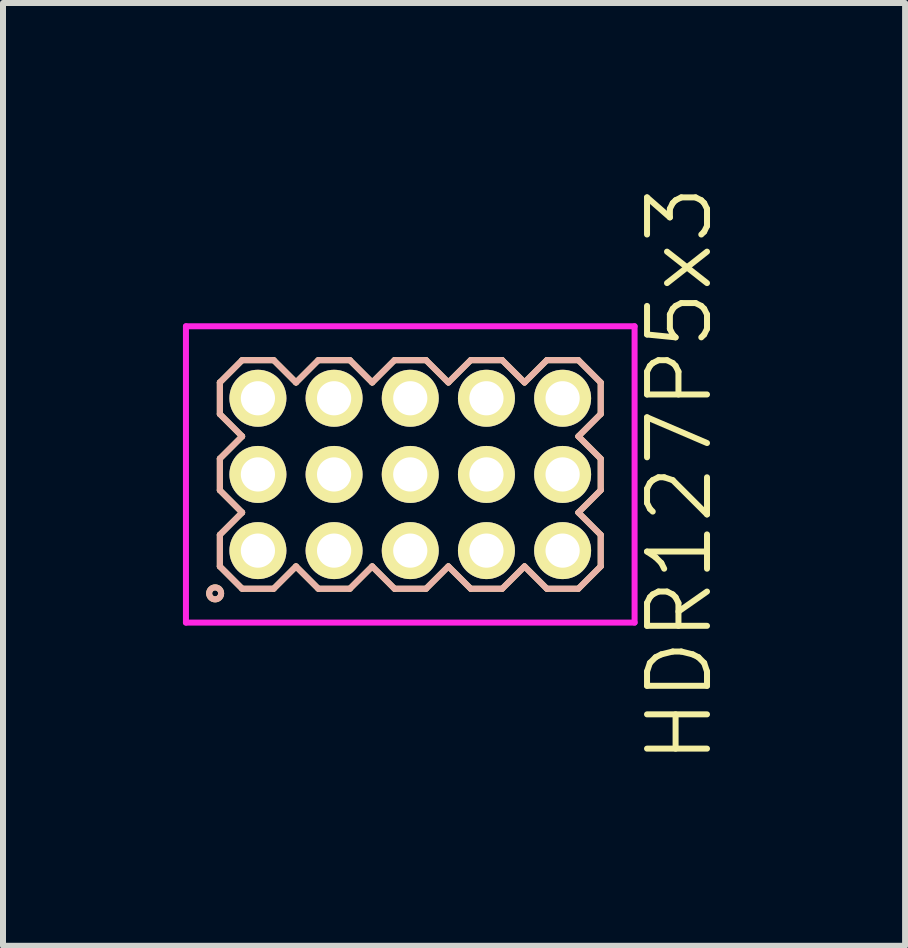
<source format=kicad_pcb>
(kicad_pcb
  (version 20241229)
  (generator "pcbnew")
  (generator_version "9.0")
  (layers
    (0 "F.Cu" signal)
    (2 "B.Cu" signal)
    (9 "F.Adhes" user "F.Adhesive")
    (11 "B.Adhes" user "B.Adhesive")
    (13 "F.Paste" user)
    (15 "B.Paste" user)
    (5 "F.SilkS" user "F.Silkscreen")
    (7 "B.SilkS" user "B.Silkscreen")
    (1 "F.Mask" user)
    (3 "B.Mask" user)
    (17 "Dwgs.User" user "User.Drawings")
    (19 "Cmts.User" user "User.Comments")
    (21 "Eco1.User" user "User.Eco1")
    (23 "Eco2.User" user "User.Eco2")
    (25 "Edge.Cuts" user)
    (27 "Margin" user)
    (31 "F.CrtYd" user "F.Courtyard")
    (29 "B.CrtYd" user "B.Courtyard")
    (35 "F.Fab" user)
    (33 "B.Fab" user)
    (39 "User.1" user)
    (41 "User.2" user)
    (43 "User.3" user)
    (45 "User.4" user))
  (footprint "HDR127P5x3"
    (layer "F.Cu")
    (at 3.79 4.86)
    (property "Reference" "HDR127P5x3" (at 4.49 0 90) (layer "F.SilkS") (effects (font (size 1 1) (thickness 0.1))))
    (attr through_hole)
    (fp_line (start -3.175 -1.533) (end -2.803 -1.905) (stroke (width 0.1) (type solid)) (layer "F.SilkS"))
    (fp_line (start -3.175 -1.007) (end -3.175 -1.533) (stroke (width 0.1) (type solid)) (layer "F.SilkS"))
    (fp_line (start -3.175 -0.263) (end -2.803 -0.635) (stroke (width 0.1) (type solid)) (layer "F.SilkS"))
    (fp_line (start -3.175 0.263) (end -3.175 -0.263) (stroke (width 0.1) (type solid)) (layer "F.SilkS"))
    (fp_line (start -3.175 1.007) (end -2.803 0.635) (stroke (width 0.1) (type solid)) (layer "F.SilkS"))
    (fp_line (start -3.175 1.533) (end -3.175 1.007) (stroke (width 0.1) (type solid)) (layer "F.SilkS"))
    (fp_line (start -2.803 -1.905) (end -2.277 -1.905) (stroke (width 0.1) (type solid)) (layer "F.SilkS"))
    (fp_line (start -2.803 -0.635) (end -3.175 -1.007) (stroke (width 0.1) (type solid)) (layer "F.SilkS"))
    (fp_line (start -2.803 0.635) (end -3.175 0.263) (stroke (width 0.1) (type solid)) (layer "F.SilkS"))
    (fp_line (start -2.803 1.905) (end -3.175 1.533) (stroke (width 0.1) (type solid)) (layer "F.SilkS"))
    (fp_line (start -2.277 -1.905) (end -1.905 -1.533) (stroke (width 0.1) (type solid)) (layer "F.SilkS"))
    (fp_line (start -2.277 1.905) (end -2.803 1.905) (stroke (width 0.1) (type solid)) (layer "F.SilkS"))
    (fp_line (start -1.905 -1.533) (end -1.533 -1.905) (stroke (width 0.1) (type solid)) (layer "F.SilkS"))
    (fp_line (start -1.905 1.533) (end -2.277 1.905) (stroke (width 0.1) (type solid)) (layer "F.SilkS"))
    (fp_line (start -1.533 -1.905) (end -1.007 -1.905) (stroke (width 0.1) (type solid)) (layer "F.SilkS"))
    (fp_line (start -1.533 1.905) (end -1.905 1.533) (stroke (width 0.1) (type solid)) (layer "F.SilkS"))
    (fp_line (start -1.007 -1.905) (end -0.635 -1.533) (stroke (width 0.1) (type solid)) (layer "F.SilkS"))
    (fp_line (start -1.007 1.905) (end -1.533 1.905) (stroke (width 0.1) (type solid)) (layer "F.SilkS"))
    (fp_line (start -0.635 -1.533) (end -0.263 -1.905) (stroke (width 0.1) (type solid)) (layer "F.SilkS"))
    (fp_line (start -0.635 1.533) (end -1.007 1.905) (stroke (width 0.1) (type solid)) (layer "F.SilkS"))
    (fp_line (start -0.263 -1.905) (end 0.263 -1.905) (stroke (width 0.1) (type solid)) (layer "F.SilkS"))
    (fp_line (start -0.263 1.905) (end -0.635 1.533) (stroke (width 0.1) (type solid)) (layer "F.SilkS"))
    (fp_line (start 0.263 -1.905) (end 0.635 -1.533) (stroke (width 0.1) (type solid)) (layer "F.SilkS"))
    (fp_line (start 0.263 1.905) (end -0.263 1.905) (stroke (width 0.1) (type solid)) (layer "F.SilkS"))
    (fp_line (start 0.635 -1.533) (end 1.007 -1.905) (stroke (width 0.1) (type solid)) (layer "F.SilkS"))
    (fp_line (start 0.635 1.533) (end 0.263 1.905) (stroke (width 0.1) (type solid)) (layer "F.SilkS"))
    (fp_line (start 1.007 -1.905) (end 1.533 -1.905) (stroke (width 0.1) (type solid)) (layer "F.SilkS"))
    (fp_line (start 1.007 1.905) (end 0.635 1.533) (stroke (width 0.1) (type solid)) (layer "F.SilkS"))
    (fp_line (start 1.533 -1.905) (end 1.905 -1.533) (stroke (width 0.1) (type solid)) (layer "F.SilkS"))
    (fp_line (start 1.533 1.905) (end 1.007 1.905) (stroke (width 0.1) (type solid)) (layer "F.SilkS"))
    (fp_line (start 1.905 -1.533) (end 2.277 -1.905) (stroke (width 0.1) (type solid)) (layer "F.SilkS"))
    (fp_line (start 1.905 1.533) (end 1.533 1.905) (stroke (width 0.1) (type solid)) (layer "F.SilkS"))
    (fp_line (start 2.277 -1.905) (end 2.803 -1.905) (stroke (width 0.1) (type solid)) (layer "F.SilkS"))
    (fp_line (start 2.277 1.905) (end 1.905 1.533) (stroke (width 0.1) (type solid)) (layer "F.SilkS"))
    (fp_line (start 2.803 -1.905) (end 3.175 -1.533) (stroke (width 0.1) (type solid)) (layer "F.SilkS"))
    (fp_line (start 2.803 -0.635) (end 3.175 -0.263) (stroke (width 0.1) (type solid)) (layer "F.SilkS"))
    (fp_line (start 2.803 0.635) (end 3.175 1.007) (stroke (width 0.1) (type solid)) (layer "F.SilkS"))
    (fp_line (start 2.803 1.905) (end 2.277 1.905) (stroke (width 0.1) (type solid)) (layer "F.SilkS"))
    (fp_line (start 3.175 -1.533) (end 3.175 -1.007) (stroke (width 0.1) (type solid)) (layer "F.SilkS"))
    (fp_line (start 3.175 -1.007) (end 2.803 -0.635) (stroke (width 0.1) (type solid)) (layer "F.SilkS"))
    (fp_line (start 3.175 -0.263) (end 3.175 0.263) (stroke (width 0.1) (type solid)) (layer "F.SilkS"))
    (fp_line (start 3.175 0.263) (end 2.803 0.635) (stroke (width 0.1) (type solid)) (layer "F.SilkS"))
    (fp_line (start 3.175 1.007) (end 3.175 1.533) (stroke (width 0.1) (type solid)) (layer "F.SilkS"))
    (fp_line (start 3.175 1.533) (end 2.803 1.905) (stroke (width 0.1) (type solid)) (layer "F.SilkS"))
    (fp_circle (center -3.253 1.983) (end -3.153 1.983) (stroke (width 0.1) (type solid)) (fill no) (layer "F.SilkS"))
    (fp_line (start -3.175 -1.533) (end -2.803 -1.905) (stroke (width 0.1) (type solid)) (layer "B.SilkS"))
    (fp_line (start -3.175 -1.007) (end -3.175 -1.533) (stroke (width 0.1) (type solid)) (layer "B.SilkS"))
    (fp_line (start -3.175 -0.263) (end -2.803 -0.635) (stroke (width 0.1) (type solid)) (layer "B.SilkS"))
    (fp_line (start -3.175 0.263) (end -3.175 -0.263) (stroke (width 0.1) (type solid)) (layer "B.SilkS"))
    (fp_line (start -3.175 1.007) (end -2.803 0.635) (stroke (width 0.1) (type solid)) (layer "B.SilkS"))
    (fp_line (start -3.175 1.533) (end -3.175 1.007) (stroke (width 0.1) (type solid)) (layer "B.SilkS"))
    (fp_line (start -2.803 -1.905) (end -2.277 -1.905) (stroke (width 0.1) (type solid)) (layer "B.SilkS"))
    (fp_line (start -2.803 -0.635) (end -3.175 -1.007) (stroke (width 0.1) (type solid)) (layer "B.SilkS"))
    (fp_line (start -2.803 0.635) (end -3.175 0.263) (stroke (width 0.1) (type solid)) (layer "B.SilkS"))
    (fp_line (start -2.803 1.905) (end -3.175 1.533) (stroke (width 0.1) (type solid)) (layer "B.SilkS"))
    (fp_line (start -2.277 -1.905) (end -1.905 -1.533) (stroke (width 0.1) (type solid)) (layer "B.SilkS"))
    (fp_line (start -2.277 1.905) (end -2.803 1.905) (stroke (width 0.1) (type solid)) (layer "B.SilkS"))
    (fp_line (start -1.905 -1.533) (end -1.533 -1.905) (stroke (width 0.1) (type solid)) (layer "B.SilkS"))
    (fp_line (start -1.905 1.533) (end -2.277 1.905) (stroke (width 0.1) (type solid)) (layer "B.SilkS"))
    (fp_line (start -1.533 -1.905) (end -1.007 -1.905) (stroke (width 0.1) (type solid)) (layer "B.SilkS"))
    (fp_line (start -1.533 1.905) (end -1.905 1.533) (stroke (width 0.1) (type solid)) (layer "B.SilkS"))
    (fp_line (start -1.007 -1.905) (end -0.635 -1.533) (stroke (width 0.1) (type solid)) (layer "B.SilkS"))
    (fp_line (start -1.007 1.905) (end -1.533 1.905) (stroke (width 0.1) (type solid)) (layer "B.SilkS"))
    (fp_line (start -0.635 -1.533) (end -0.263 -1.905) (stroke (width 0.1) (type solid)) (layer "B.SilkS"))
    (fp_line (start -0.635 1.533) (end -1.007 1.905) (stroke (width 0.1) (type solid)) (layer "B.SilkS"))
    (fp_line (start -0.263 -1.905) (end 0.263 -1.905) (stroke (width 0.1) (type solid)) (layer "B.SilkS"))
    (fp_line (start -0.263 1.905) (end -0.635 1.533) (stroke (width 0.1) (type solid)) (layer "B.SilkS"))
    (fp_line (start 0.263 -1.905) (end 0.635 -1.533) (stroke (width 0.1) (type solid)) (layer "B.SilkS"))
    (fp_line (start 0.263 1.905) (end -0.263 1.905) (stroke (width 0.1) (type solid)) (layer "B.SilkS"))
    (fp_line (start 0.635 -1.533) (end 1.007 -1.905) (stroke (width 0.1) (type solid)) (layer "B.SilkS"))
    (fp_line (start 0.635 1.533) (end 0.263 1.905) (stroke (width 0.1) (type solid)) (layer "B.SilkS"))
    (fp_line (start 1.007 -1.905) (end 1.533 -1.905) (stroke (width 0.1) (type solid)) (layer "B.SilkS"))
    (fp_line (start 1.007 1.905) (end 0.635 1.533) (stroke (width 0.1) (type solid)) (layer "B.SilkS"))
    (fp_line (start 1.533 -1.905) (end 1.905 -1.533) (stroke (width 0.1) (type solid)) (layer "B.SilkS"))
    (fp_line (start 1.533 1.905) (end 1.007 1.905) (stroke (width 0.1) (type solid)) (layer "B.SilkS"))
    (fp_line (start 1.905 -1.533) (end 2.277 -1.905) (stroke (width 0.1) (type solid)) (layer "B.SilkS"))
    (fp_line (start 1.905 1.533) (end 1.533 1.905) (stroke (width 0.1) (type solid)) (layer "B.SilkS"))
    (fp_line (start 2.277 -1.905) (end 2.803 -1.905) (stroke (width 0.1) (type solid)) (layer "B.SilkS"))
    (fp_line (start 2.277 1.905) (end 1.905 1.533) (stroke (width 0.1) (type solid)) (layer "B.SilkS"))
    (fp_line (start 2.803 -1.905) (end 3.175 -1.533) (stroke (width 0.1) (type solid)) (layer "B.SilkS"))
    (fp_line (start 2.803 -0.635) (end 3.175 -0.263) (stroke (width 0.1) (type solid)) (layer "B.SilkS"))
    (fp_line (start 2.803 0.635) (end 3.175 1.007) (stroke (width 0.1) (type solid)) (layer "B.SilkS"))
    (fp_line (start 2.803 1.905) (end 2.277 1.905) (stroke (width 0.1) (type solid)) (layer "B.SilkS"))
    (fp_line (start 3.175 -1.533) (end 3.175 -1.007) (stroke (width 0.1) (type solid)) (layer "B.SilkS"))
    (fp_line (start 3.175 -1.007) (end 2.803 -0.635) (stroke (width 0.1) (type solid)) (layer "B.SilkS"))
    (fp_line (start 3.175 -0.263) (end 3.175 0.263) (stroke (width 0.1) (type solid)) (layer "B.SilkS"))
    (fp_line (start 3.175 0.263) (end 2.803 0.635) (stroke (width 0.1) (type solid)) (layer "B.SilkS"))
    (fp_line (start 3.175 1.007) (end 3.175 1.533) (stroke (width 0.1) (type solid)) (layer "B.SilkS"))
    (fp_line (start 3.175 1.533) (end 2.803 1.905) (stroke (width 0.1) (type solid)) (layer "B.SilkS"))
    (fp_circle (center -3.253 1.983) (end -3.153 1.983) (stroke (width 0.1) (type solid)) (fill no) (layer "B.SilkS"))
    (fp_line (start -3.74 -2.47) (end -3.74 2.47) (stroke (width 0.1) (type solid)) (layer "F.CrtYd"))
    (fp_line (start -3.74 2.47) (end 3.74 2.47) (stroke (width 0.1) (type solid)) (layer "F.CrtYd"))
    (fp_line (start 3.74 -2.47) (end -3.74 -2.47) (stroke (width 0.1) (type solid)) (layer "F.CrtYd"))
    (fp_line (start 3.74 2.47) (end 3.74 -2.47) (stroke (width 0.1) (type solid)) (layer "F.CrtYd"))
    (pad "1" thru_hole oval (at -2.54 1.27) (size 0.95 0.95) (drill 0.57) (layers "*.Cu" "*.Mask" "F.SilkS"))
    (pad "2" thru_hole oval (at -2.54 0) (size 0.95 0.95) (drill 0.57) (layers "*.Cu" "*.Mask" "F.SilkS"))
    (pad "3" thru_hole oval (at -2.54 -1.27) (size 0.95 0.95) (drill 0.57) (layers "*.Cu" "*.Mask" "F.SilkS"))
    (pad "4" thru_hole oval (at -1.27 1.27) (size 0.95 0.95) (drill 0.57) (layers "*.Cu" "*.Mask" "F.SilkS"))
    (pad "5" thru_hole oval (at -1.27 0) (size 0.95 0.95) (drill 0.57) (layers "*.Cu" "*.Mask" "F.SilkS"))
    (pad "6" thru_hole oval (at -1.27 -1.27) (size 0.95 0.95) (drill 0.57) (layers "*.Cu" "*.Mask" "F.SilkS"))
    (pad "7" thru_hole oval (at 0 1.27) (size 0.95 0.95) (drill 0.57) (layers "*.Cu" "*.Mask" "F.SilkS"))
    (pad "8" thru_hole oval (at 0 0) (size 0.95 0.95) (drill 0.57) (layers "*.Cu" "*.Mask" "F.SilkS"))
    (pad "9" thru_hole oval (at 0 -1.27) (size 0.95 0.95) (drill 0.57) (layers "*.Cu" "*.Mask" "F.SilkS"))
    (pad "10" thru_hole oval (at 1.27 1.27) (size 0.95 0.95) (drill 0.57) (layers "*.Cu" "*.Mask" "F.SilkS"))
    (pad "11" thru_hole oval (at 1.27 0) (size 0.95 0.95) (drill 0.57) (layers "*.Cu" "*.Mask" "F.SilkS"))
    (pad "12" thru_hole oval (at 1.27 -1.27) (size 0.95 0.95) (drill 0.57) (layers "*.Cu" "*.Mask" "F.SilkS"))
    (pad "13" thru_hole oval (at 2.54 1.27) (size 0.95 0.95) (drill 0.57) (layers "*.Cu" "*.Mask" "F.SilkS"))
    (pad "14" thru_hole oval (at 2.54 0) (size 0.95 0.95) (drill 0.57) (layers "*.Cu" "*.Mask" "F.SilkS"))
    (pad "15" thru_hole oval (at 2.54 -1.27) (size 0.95 0.95) (drill 0.57) (layers "*.Cu" "*.Mask" "F.SilkS")))
  (gr_rect
    (start -3 -3)
    (end 12.04 12.719)
    (stroke (width 0.1) (type default))
    (fill no)
    (layer "Edge.Cuts")))
</source>
